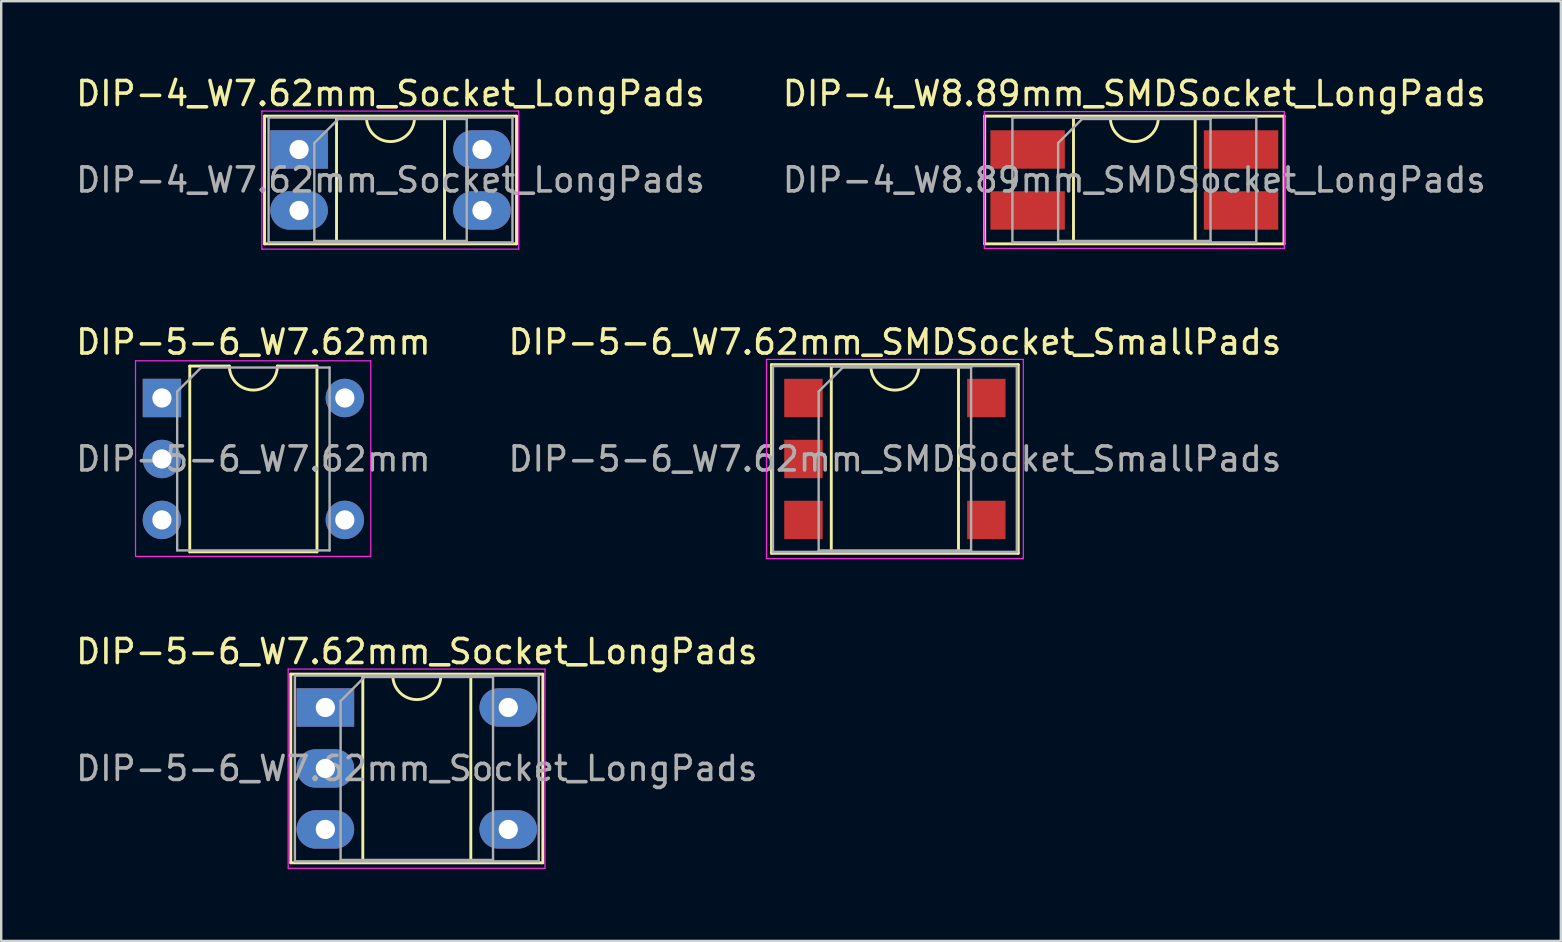
<source format=kicad_pcb>
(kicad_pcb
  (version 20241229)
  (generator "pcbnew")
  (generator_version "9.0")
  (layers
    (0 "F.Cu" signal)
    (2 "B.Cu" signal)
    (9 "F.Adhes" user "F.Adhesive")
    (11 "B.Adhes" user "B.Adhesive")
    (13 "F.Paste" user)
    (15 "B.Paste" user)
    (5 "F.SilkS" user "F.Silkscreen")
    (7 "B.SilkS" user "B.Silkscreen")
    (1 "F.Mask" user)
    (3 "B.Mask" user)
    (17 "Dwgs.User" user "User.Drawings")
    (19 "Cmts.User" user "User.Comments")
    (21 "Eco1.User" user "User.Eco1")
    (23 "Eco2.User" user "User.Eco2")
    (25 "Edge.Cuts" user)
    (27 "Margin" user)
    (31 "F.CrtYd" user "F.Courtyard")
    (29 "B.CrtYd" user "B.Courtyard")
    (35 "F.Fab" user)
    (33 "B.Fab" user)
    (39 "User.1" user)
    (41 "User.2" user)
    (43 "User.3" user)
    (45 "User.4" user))
  (footprint "DIP-5-6_W7.62mm_Socket_LongPads"
    (layer "F.Cu")
    (at 10.505 26.425)
    (property "Reference" "DIP-5-6_W7.62mm_Socket_LongPads" (at 3.81 -2.33 0) (layer "F.SilkS") (effects (font (size 1 1) (thickness 0.15))))
    (attr through_hole)
    (fp_line (start -1.44 -1.39) (end -1.44 6.47) (stroke (width 0.12) (type solid)) (layer "F.SilkS"))
    (fp_line (start -1.44 6.47) (end 9.06 6.47) (stroke (width 0.12) (type solid)) (layer "F.SilkS"))
    (fp_line (start 1.56 -1.33) (end 1.56 6.41) (stroke (width 0.12) (type solid)) (layer "F.SilkS"))
    (fp_line (start 1.56 6.41) (end 6.06 6.41) (stroke (width 0.12) (type solid)) (layer "F.SilkS"))
    (fp_line (start 2.81 -1.33) (end 1.56 -1.33) (stroke (width 0.12) (type solid)) (layer "F.SilkS"))
    (fp_line (start 6.06 -1.33) (end 4.81 -1.33) (stroke (width 0.12) (type solid)) (layer "F.SilkS"))
    (fp_line (start 6.06 6.41) (end 6.06 -1.33) (stroke (width 0.12) (type solid)) (layer "F.SilkS"))
    (fp_line (start 9.06 -1.39) (end -1.44 -1.39) (stroke (width 0.12) (type solid)) (layer "F.SilkS"))
    (fp_line (start 9.06 6.47) (end 9.06 -1.39) (stroke (width 0.12) (type solid)) (layer "F.SilkS"))
    (fp_arc (start 4.81 -1.33) (mid 3.81 -0.33) (end 2.81 -1.33) (stroke (width 0.12) (type solid)) (layer "F.SilkS"))
    (fp_line (start -1.55 -1.6) (end -1.55 6.7) (stroke (width 0.05) (type solid)) (layer "F.CrtYd"))
    (fp_line (start -1.55 6.7) (end 9.15 6.7) (stroke (width 0.05) (type solid)) (layer "F.CrtYd"))
    (fp_line (start 9.15 -1.6) (end -1.55 -1.6) (stroke (width 0.05) (type solid)) (layer "F.CrtYd"))
    (fp_line (start 9.15 6.7) (end 9.15 -1.6) (stroke (width 0.05) (type solid)) (layer "F.CrtYd"))
    (fp_line (start -1.27 -1.33) (end -1.27 6.41) (stroke (width 0.1) (type solid)) (layer "F.Fab"))
    (fp_line (start -1.27 6.41) (end 8.89 6.41) (stroke (width 0.1) (type solid)) (layer "F.Fab"))
    (fp_line (start 0.635 -0.27) (end 1.635 -1.27) (stroke (width 0.1) (type solid)) (layer "F.Fab"))
    (fp_line (start 0.635 6.35) (end 0.635 -0.27) (stroke (width 0.1) (type solid)) (layer "F.Fab"))
    (fp_line (start 1.635 -1.27) (end 6.985 -1.27) (stroke (width 0.1) (type solid)) (layer "F.Fab"))
    (fp_line (start 6.985 -1.27) (end 6.985 6.35) (stroke (width 0.1) (type solid)) (layer "F.Fab"))
    (fp_line (start 6.985 6.35) (end 0.635 6.35) (stroke (width 0.1) (type solid)) (layer "F.Fab"))
    (fp_line (start 8.89 -1.33) (end -1.27 -1.33) (stroke (width 0.1) (type solid)) (layer "F.Fab"))
    (fp_line (start 8.89 6.41) (end 8.89 -1.33) (stroke (width 0.1) (type solid)) (layer "F.Fab"))
    (fp_text user "${REFERENCE}" (at 3.81 2.54 0) (layer "F.Fab") (effects (font (size 1 1) (thickness 0.15))))
    (pad "1" thru_hole rect (at 0 0) (size 2.4 1.6) (drill 0.8) (layers "*.Cu" "*.Mask"))
    (pad "2" thru_hole oval (at 0 2.54) (size 2.4 1.6) (drill 0.8) (layers "*.Cu" "*.Mask"))
    (pad "3" thru_hole oval (at 0 5.08) (size 2.4 1.6) (drill 0.8) (layers "*.Cu" "*.Mask"))
    (pad "4" thru_hole oval (at 7.62 5.08) (size 2.4 1.6) (drill 0.8) (layers "*.Cu" "*.Mask"))
    (pad "6" thru_hole oval (at 7.62 0) (size 2.4 1.6) (drill 0.8) (layers "*.Cu" "*.Mask")))
  (footprint "DIP-4_W7.62mm_Socket_LongPads"
    (layer "F.Cu")
    (at 9.41 3.178)
    (property "Reference" "DIP-4_W7.62mm_Socket_LongPads" (at 3.81 -2.33 0) (layer "F.SilkS") (effects (font (size 1 1) (thickness 0.15))))
    (attr through_hole)
    (fp_line (start -1.44 -1.39) (end -1.44 3.93) (stroke (width 0.12) (type solid)) (layer "F.SilkS"))
    (fp_line (start -1.44 3.93) (end 9.06 3.93) (stroke (width 0.12) (type solid)) (layer "F.SilkS"))
    (fp_line (start 1.56 -1.33) (end 1.56 3.87) (stroke (width 0.12) (type solid)) (layer "F.SilkS"))
    (fp_line (start 1.56 3.87) (end 6.06 3.87) (stroke (width 0.12) (type solid)) (layer "F.SilkS"))
    (fp_line (start 2.81 -1.33) (end 1.56 -1.33) (stroke (width 0.12) (type solid)) (layer "F.SilkS"))
    (fp_line (start 6.06 -1.33) (end 4.81 -1.33) (stroke (width 0.12) (type solid)) (layer "F.SilkS"))
    (fp_line (start 6.06 3.87) (end 6.06 -1.33) (stroke (width 0.12) (type solid)) (layer "F.SilkS"))
    (fp_line (start 9.06 -1.39) (end -1.44 -1.39) (stroke (width 0.12) (type solid)) (layer "F.SilkS"))
    (fp_line (start 9.06 3.93) (end 9.06 -1.39) (stroke (width 0.12) (type solid)) (layer "F.SilkS"))
    (fp_arc (start 4.81 -1.33) (mid 3.81 -0.33) (end 2.81 -1.33) (stroke (width 0.12) (type solid)) (layer "F.SilkS"))
    (fp_line (start -1.55 -1.6) (end -1.55 4.15) (stroke (width 0.05) (type solid)) (layer "F.CrtYd"))
    (fp_line (start -1.55 4.15) (end 9.15 4.15) (stroke (width 0.05) (type solid)) (layer "F.CrtYd"))
    (fp_line (start 9.15 -1.6) (end -1.55 -1.6) (stroke (width 0.05) (type solid)) (layer "F.CrtYd"))
    (fp_line (start 9.15 4.15) (end 9.15 -1.6) (stroke (width 0.05) (type solid)) (layer "F.CrtYd"))
    (fp_line (start -1.27 -1.33) (end -1.27 3.87) (stroke (width 0.1) (type solid)) (layer "F.Fab"))
    (fp_line (start -1.27 3.87) (end 8.89 3.87) (stroke (width 0.1) (type solid)) (layer "F.Fab"))
    (fp_line (start 0.635 -0.27) (end 1.635 -1.27) (stroke (width 0.1) (type solid)) (layer "F.Fab"))
    (fp_line (start 0.635 3.81) (end 0.635 -0.27) (stroke (width 0.1) (type solid)) (layer "F.Fab"))
    (fp_line (start 1.635 -1.27) (end 6.985 -1.27) (stroke (width 0.1) (type solid)) (layer "F.Fab"))
    (fp_line (start 6.985 -1.27) (end 6.985 3.81) (stroke (width 0.1) (type solid)) (layer "F.Fab"))
    (fp_line (start 6.985 3.81) (end 0.635 3.81) (stroke (width 0.1) (type solid)) (layer "F.Fab"))
    (fp_line (start 8.89 -1.33) (end -1.27 -1.33) (stroke (width 0.1) (type solid)) (layer "F.Fab"))
    (fp_line (start 8.89 3.87) (end 8.89 -1.33) (stroke (width 0.1) (type solid)) (layer "F.Fab"))
    (fp_text user "${REFERENCE}" (at 3.81 1.27 0) (layer "F.Fab") (effects (font (size 1 1) (thickness 0.15))))
    (pad "1" thru_hole rect (at 0 0) (size 2.4 1.6) (drill 0.8) (layers "*.Cu" "*.Mask"))
    (pad "2" thru_hole oval (at 0 2.54) (size 2.4 1.6) (drill 0.8) (layers "*.Cu" "*.Mask"))
    (pad "3" thru_hole oval (at 7.62 2.54) (size 2.4 1.6) (drill 0.8) (layers "*.Cu" "*.Mask"))
    (pad "4" thru_hole oval (at 7.62 0) (size 2.4 1.6) (drill 0.8) (layers "*.Cu" "*.Mask")))
  (footprint "DIP-5-6_W7.62mm"
    (layer "F.Cu")
    (at 3.696 13.531)
    (property "Reference" "DIP-5-6_W7.62mm" (at 3.81 -2.33 0) (layer "F.SilkS") (effects (font (size 1 1) (thickness 0.15))))
    (attr through_hole)
    (fp_line (start 1.16 -1.33) (end 1.16 6.41) (stroke (width 0.12) (type solid)) (layer "F.SilkS"))
    (fp_line (start 1.16 6.41) (end 6.46 6.41) (stroke (width 0.12) (type solid)) (layer "F.SilkS"))
    (fp_line (start 2.81 -1.33) (end 1.16 -1.33) (stroke (width 0.12) (type solid)) (layer "F.SilkS"))
    (fp_line (start 6.46 -1.33) (end 4.81 -1.33) (stroke (width 0.12) (type solid)) (layer "F.SilkS"))
    (fp_line (start 6.46 6.41) (end 6.46 -1.33) (stroke (width 0.12) (type solid)) (layer "F.SilkS"))
    (fp_arc (start 4.81 -1.33) (mid 3.81 -0.33) (end 2.81 -1.33) (stroke (width 0.12) (type solid)) (layer "F.SilkS"))
    (fp_line (start -1.1 -1.55) (end -1.1 6.6) (stroke (width 0.05) (type solid)) (layer "F.CrtYd"))
    (fp_line (start -1.1 6.6) (end 8.7 6.6) (stroke (width 0.05) (type solid)) (layer "F.CrtYd"))
    (fp_line (start 8.7 -1.55) (end -1.1 -1.55) (stroke (width 0.05) (type solid)) (layer "F.CrtYd"))
    (fp_line (start 8.7 6.6) (end 8.7 -1.55) (stroke (width 0.05) (type solid)) (layer "F.CrtYd"))
    (fp_line (start 0.635 -0.27) (end 1.635 -1.27) (stroke (width 0.1) (type solid)) (layer "F.Fab"))
    (fp_line (start 0.635 6.35) (end 0.635 -0.27) (stroke (width 0.1) (type solid)) (layer "F.Fab"))
    (fp_line (start 1.635 -1.27) (end 6.985 -1.27) (stroke (width 0.1) (type solid)) (layer "F.Fab"))
    (fp_line (start 6.985 -1.27) (end 6.985 6.35) (stroke (width 0.1) (type solid)) (layer "F.Fab"))
    (fp_line (start 6.985 6.35) (end 0.635 6.35) (stroke (width 0.1) (type solid)) (layer "F.Fab"))
    (fp_text user "${REFERENCE}" (at 3.81 2.54 0) (layer "F.Fab") (effects (font (size 1 1) (thickness 0.15))))
    (pad "1" thru_hole rect (at 0 0) (size 1.6 1.6) (drill 0.8) (layers "*.Cu" "*.Mask"))
    (pad "2" thru_hole oval (at 0 2.54) (size 1.6 1.6) (drill 0.8) (layers "*.Cu" "*.Mask"))
    (pad "3" thru_hole oval (at 0 5.08) (size 1.6 1.6) (drill 0.8) (layers "*.Cu" "*.Mask"))
    (pad "4" thru_hole oval (at 7.62 5.08) (size 1.6 1.6) (drill 0.8) (layers "*.Cu" "*.Mask"))
    (pad "6" thru_hole oval (at 7.62 0) (size 1.6 1.6) (drill 0.8) (layers "*.Cu" "*.Mask")))
  (footprint "DIP-4_W8.89mm_SMDSocket_LongPads"
    (layer "F.Cu")
    (at 44.208 4.448)
    (property "Reference" "DIP-4_W8.89mm_SMDSocket_LongPads" (at 0 -3.6 0) (layer "F.SilkS") (effects (font (size 1 1) (thickness 0.15))))
    (attr smd)
    (fp_line (start -6.235 -2.66) (end -6.235 2.66) (stroke (width 0.12) (type solid)) (layer "F.SilkS"))
    (fp_line (start -6.235 2.66) (end 6.235 2.66) (stroke (width 0.12) (type solid)) (layer "F.SilkS"))
    (fp_line (start -2.535 -2.6) (end -2.535 2.6) (stroke (width 0.12) (type solid)) (layer "F.SilkS"))
    (fp_line (start -2.535 2.6) (end 2.535 2.6) (stroke (width 0.12) (type solid)) (layer "F.SilkS"))
    (fp_line (start -1 -2.6) (end -2.535 -2.6) (stroke (width 0.12) (type solid)) (layer "F.SilkS"))
    (fp_line (start 2.535 -2.6) (end 1 -2.6) (stroke (width 0.12) (type solid)) (layer "F.SilkS"))
    (fp_line (start 2.535 2.6) (end 2.535 -2.6) (stroke (width 0.12) (type solid)) (layer "F.SilkS"))
    (fp_line (start 6.235 -2.66) (end -6.235 -2.66) (stroke (width 0.12) (type solid)) (layer "F.SilkS"))
    (fp_line (start 6.235 2.66) (end 6.235 -2.66) (stroke (width 0.12) (type solid)) (layer "F.SilkS"))
    (fp_arc (start 1 -2.6) (mid 0 -1.6) (end -1 -2.6) (stroke (width 0.12) (type solid)) (layer "F.SilkS"))
    (fp_line (start -6.25 -2.85) (end -6.25 2.85) (stroke (width 0.05) (type solid)) (layer "F.CrtYd"))
    (fp_line (start -6.25 2.85) (end 6.25 2.85) (stroke (width 0.05) (type solid)) (layer "F.CrtYd"))
    (fp_line (start 6.25 -2.85) (end -6.25 -2.85) (stroke (width 0.05) (type solid)) (layer "F.CrtYd"))
    (fp_line (start 6.25 2.85) (end 6.25 -2.85) (stroke (width 0.05) (type solid)) (layer "F.CrtYd"))
    (fp_line (start -5.08 -2.6) (end -5.08 2.6) (stroke (width 0.1) (type solid)) (layer "F.Fab"))
    (fp_line (start -5.08 2.6) (end 5.08 2.6) (stroke (width 0.1) (type solid)) (layer "F.Fab"))
    (fp_line (start -3.175 -1.54) (end -2.175 -2.54) (stroke (width 0.1) (type solid)) (layer "F.Fab"))
    (fp_line (start -3.175 2.54) (end -3.175 -1.54) (stroke (width 0.1) (type solid)) (layer "F.Fab"))
    (fp_line (start -2.175 -2.54) (end 3.175 -2.54) (stroke (width 0.1) (type solid)) (layer "F.Fab"))
    (fp_line (start 3.175 -2.54) (end 3.175 2.54) (stroke (width 0.1) (type solid)) (layer "F.Fab"))
    (fp_line (start 3.175 2.54) (end -3.175 2.54) (stroke (width 0.1) (type solid)) (layer "F.Fab"))
    (fp_line (start 5.08 -2.6) (end -5.08 -2.6) (stroke (width 0.1) (type solid)) (layer "F.Fab"))
    (fp_line (start 5.08 2.6) (end 5.08 -2.6) (stroke (width 0.1) (type solid)) (layer "F.Fab"))
    (fp_text user "${REFERENCE}" (at 0 0 0) (layer "F.Fab") (effects (font (size 1 1) (thickness 0.15))))
    (pad "1" smd rect (at -4.445 -1.27) (size 3.1 1.6) (layers "F.Cu" "F.Mask" "F.Paste"))
    (pad "2" smd rect (at -4.445 1.27) (size 3.1 1.6) (layers "F.Cu" "F.Mask" "F.Paste"))
    (pad "3" smd rect (at 4.445 1.27) (size 3.1 1.6) (layers "F.Cu" "F.Mask" "F.Paste"))
    (pad "4" smd rect (at 4.445 -1.27) (size 3.1 1.6) (layers "F.Cu" "F.Mask" "F.Paste")))
  (footprint "DIP-5-6_W7.62mm_SMDSocket_SmallPads"
    (layer "F.Cu")
    (at 34.232 16.072)
    (property "Reference" "DIP-5-6_W7.62mm_SMDSocket_SmallPads" (at 0 -4.87 0) (layer "F.SilkS") (effects (font (size 1 1) (thickness 0.15))))
    (attr smd)
    (fp_line (start -5.14 -3.93) (end -5.14 3.93) (stroke (width 0.12) (type solid)) (layer "F.SilkS"))
    (fp_line (start -5.14 3.93) (end 5.14 3.93) (stroke (width 0.12) (type solid)) (layer "F.SilkS"))
    (fp_line (start -2.65 -3.87) (end -2.65 3.87) (stroke (width 0.12) (type solid)) (layer "F.SilkS"))
    (fp_line (start -2.65 3.87) (end 2.65 3.87) (stroke (width 0.12) (type solid)) (layer "F.SilkS"))
    (fp_line (start -1 -3.87) (end -2.65 -3.87) (stroke (width 0.12) (type solid)) (layer "F.SilkS"))
    (fp_line (start 2.65 -3.87) (end 1 -3.87) (stroke (width 0.12) (type solid)) (layer "F.SilkS"))
    (fp_line (start 2.65 3.87) (end 2.65 -3.87) (stroke (width 0.12) (type solid)) (layer "F.SilkS"))
    (fp_line (start 5.14 -3.93) (end -5.14 -3.93) (stroke (width 0.12) (type solid)) (layer "F.SilkS"))
    (fp_line (start 5.14 3.93) (end 5.14 -3.93) (stroke (width 0.12) (type solid)) (layer "F.SilkS"))
    (fp_arc (start 1 -3.87) (mid 0 -2.87) (end -1 -3.87) (stroke (width 0.12) (type solid)) (layer "F.SilkS"))
    (fp_line (start -5.35 -4.15) (end -5.35 4.15) (stroke (width 0.05) (type solid)) (layer "F.CrtYd"))
    (fp_line (start -5.35 4.15) (end 5.35 4.15) (stroke (width 0.05) (type solid)) (layer "F.CrtYd"))
    (fp_line (start 5.35 -4.15) (end -5.35 -4.15) (stroke (width 0.05) (type solid)) (layer "F.CrtYd"))
    (fp_line (start 5.35 4.15) (end 5.35 -4.15) (stroke (width 0.05) (type solid)) (layer "F.CrtYd"))
    (fp_line (start -5.08 -3.87) (end -5.08 3.87) (stroke (width 0.1) (type solid)) (layer "F.Fab"))
    (fp_line (start -5.08 3.87) (end 5.08 3.87) (stroke (width 0.1) (type solid)) (layer "F.Fab"))
    (fp_line (start -3.175 -2.81) (end -2.175 -3.81) (stroke (width 0.1) (type solid)) (layer "F.Fab"))
    (fp_line (start -3.175 3.81) (end -3.175 -2.81) (stroke (width 0.1) (type solid)) (layer "F.Fab"))
    (fp_line (start -2.175 -3.81) (end 3.175 -3.81) (stroke (width 0.1) (type solid)) (layer "F.Fab"))
    (fp_line (start 3.175 -3.81) (end 3.175 3.81) (stroke (width 0.1) (type solid)) (layer "F.Fab"))
    (fp_line (start 3.175 3.81) (end -3.175 3.81) (stroke (width 0.1) (type solid)) (layer "F.Fab"))
    (fp_line (start 5.08 -3.87) (end -5.08 -3.87) (stroke (width 0.1) (type solid)) (layer "F.Fab"))
    (fp_line (start 5.08 3.87) (end 5.08 -3.87) (stroke (width 0.1) (type solid)) (layer "F.Fab"))
    (fp_text user "${REFERENCE}" (at 0 0 0) (layer "F.Fab") (effects (font (size 1 1) (thickness 0.15))))
    (pad "1" smd rect (at -3.81 -2.54) (size 1.6 1.6) (layers "F.Cu" "F.Mask" "F.Paste"))
    (pad "2" smd rect (at -3.81 0) (size 1.6 1.6) (layers "F.Cu" "F.Mask" "F.Paste"))
    (pad "3" smd rect (at -3.81 2.54) (size 1.6 1.6) (layers "F.Cu" "F.Mask" "F.Paste"))
    (pad "4" smd rect (at 3.81 2.54) (size 1.6 1.6) (layers "F.Cu" "F.Mask" "F.Paste"))
    (pad "6" smd rect (at 3.81 -2.54) (size 1.6 1.6) (layers "F.Cu" "F.Mask" "F.Paste")))
  (gr_rect
    (start -3 -3)
    (end 61.976 36.15)
    (stroke (width 0.1) (type default))
    (fill no)
    (layer "Edge.Cuts")))
</source>
